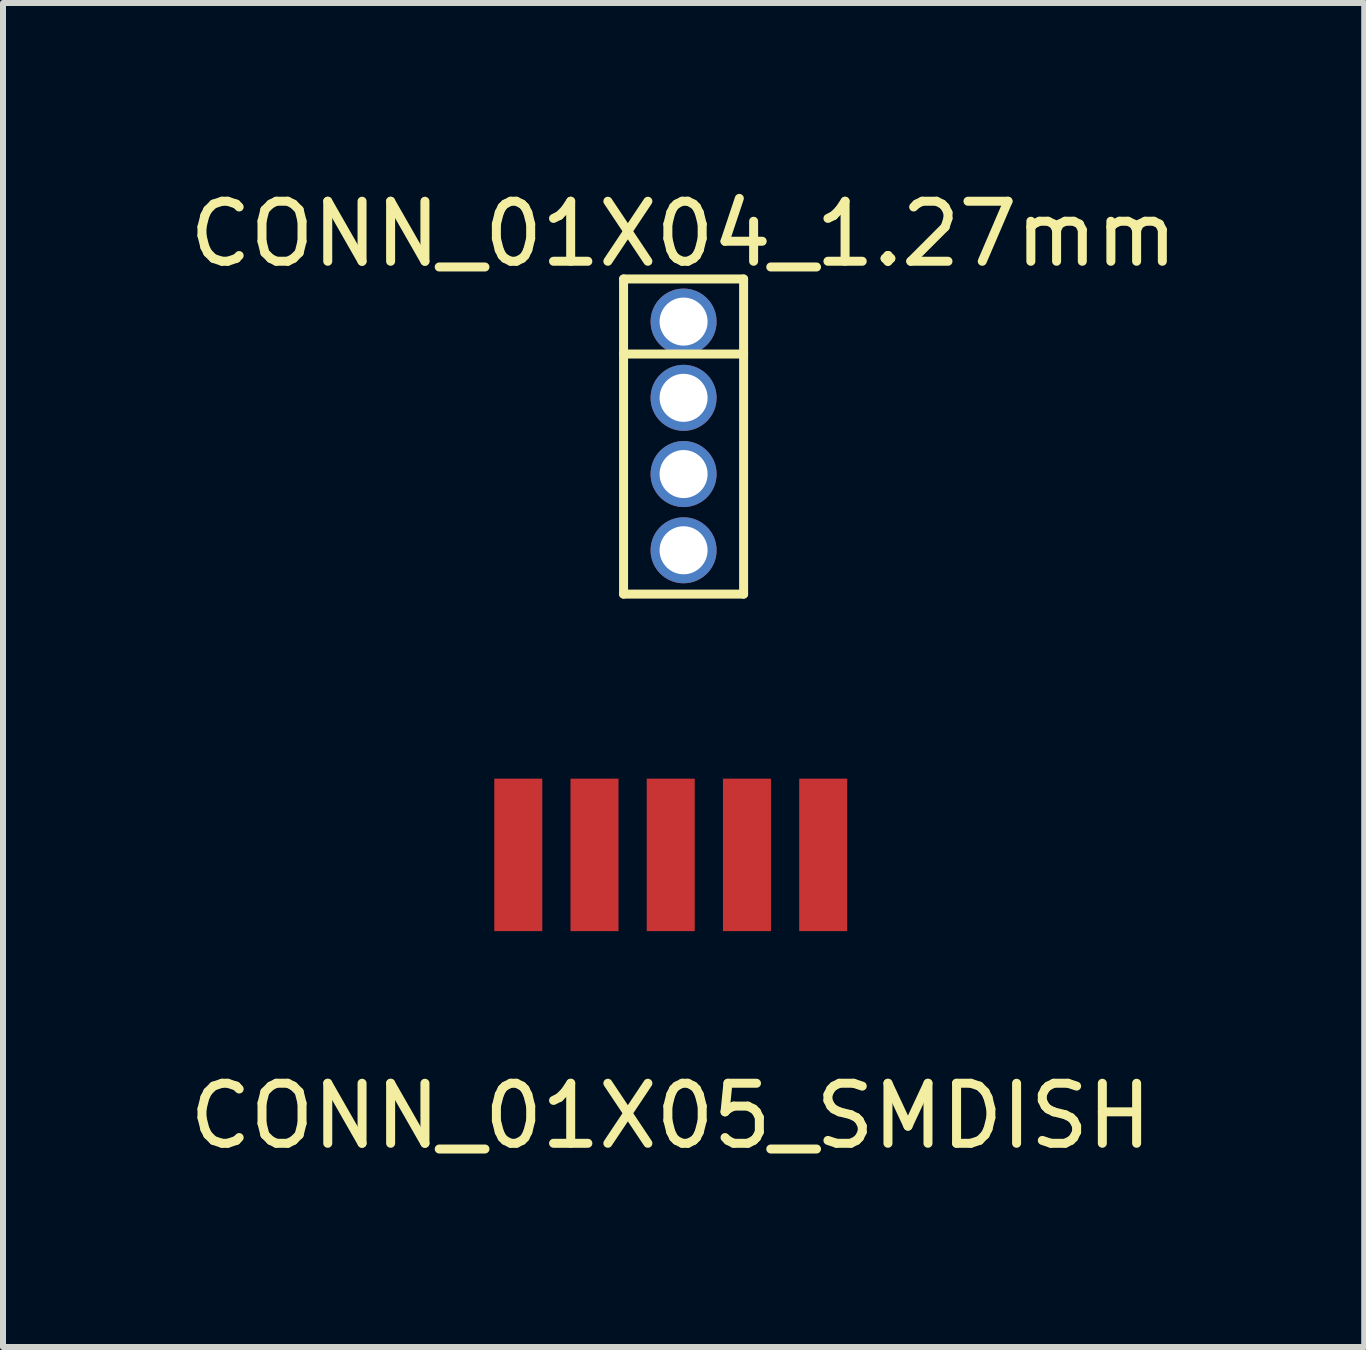
<source format=kicad_pcb>
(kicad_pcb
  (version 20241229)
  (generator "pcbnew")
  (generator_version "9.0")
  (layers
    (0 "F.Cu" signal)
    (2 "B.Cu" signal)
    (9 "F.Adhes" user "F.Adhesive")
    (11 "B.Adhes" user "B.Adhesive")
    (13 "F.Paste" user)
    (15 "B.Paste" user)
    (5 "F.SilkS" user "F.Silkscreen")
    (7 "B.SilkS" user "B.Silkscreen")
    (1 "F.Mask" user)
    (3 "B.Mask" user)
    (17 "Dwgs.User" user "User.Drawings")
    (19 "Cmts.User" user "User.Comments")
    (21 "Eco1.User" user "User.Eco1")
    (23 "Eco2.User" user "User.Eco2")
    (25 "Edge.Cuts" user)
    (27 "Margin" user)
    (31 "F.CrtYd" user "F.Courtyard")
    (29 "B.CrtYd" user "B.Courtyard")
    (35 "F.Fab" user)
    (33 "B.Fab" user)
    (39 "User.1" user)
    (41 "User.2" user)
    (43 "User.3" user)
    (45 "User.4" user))
  (footprint "CONN_01X04_1.27mm"
    (layer "F.Cu")
    (at 8.339 4.848)
    (property "Reference" "CONN_01X04_1.27mm" (at 0 -4 0) (layer "F.SilkS") (effects (font (size 1 1) (thickness 0.15))))
    (attr through_hole)
    (fp_line (start -1 -3.25) (end 1 -3.25) (stroke (width 0.15) (type solid)) (layer "F.SilkS"))
    (fp_line (start -1 -2) (end 1 -2) (stroke (width 0.15) (type solid)) (layer "F.SilkS"))
    (fp_line (start -1 2) (end -1 -3.25) (stroke (width 0.15) (type solid)) (layer "F.SilkS"))
    (fp_line (start 1 -3.25) (end 1 2) (stroke (width 0.15) (type solid)) (layer "F.SilkS"))
    (fp_line (start 1 2) (end -1 2) (stroke (width 0.15) (type solid)) (layer "F.SilkS"))
    (pad "1" thru_hole circle (at 0 -2.54) (size 1.1 1.1) (drill 0.8) (layers "*.Cu" "*.Mask"))
    (pad "2" thru_hole circle (at 0 -1.27) (size 1.1 1.1) (drill 0.8) (layers "*.Cu" "*.Mask"))
    (pad "3" thru_hole circle (at 0 0) (size 1.1 1.1) (drill 0.8) (layers "*.Cu" "*.Mask"))
    (pad "4" thru_hole circle (at 0 1.27) (size 1.1 1.1) (drill 0.8) (layers "*.Cu" "*.Mask")))
  (footprint "CONN_01X05_SMDISH"
    (layer "F.Cu")
    (at 8.125 11.193)
    (property "Reference" "CONN_01X05_SMDISH" (at 0 4.35 0) (layer "F.SilkS") (effects (font (size 1 1) (thickness 0.15))))
    (attr through_hole)
    (pad "1" smd rect (at -2.54 0) (size 0.8 2.54) (layers "F.Cu" "F.Mask" "F.Paste"))
    (pad "2" smd rect (at -1.27 0) (size 0.8 2.54) (layers "F.Cu" "F.Mask" "F.Paste"))
    (pad "3" smd rect (at 0 0) (size 0.8 2.54) (layers "F.Cu" "F.Mask" "F.Paste"))
    (pad "4" smd rect (at 1.27 0) (size 0.8 2.54) (layers "F.Cu" "F.Mask" "F.Paste"))
    (pad "5" smd rect (at 2.54 0) (size 0.8 2.54) (layers "F.Cu" "F.Mask" "F.Paste")))
  (gr_rect
    (start -3 -3)
    (end 19.679 19.392)
    (stroke (width 0.1) (type default))
    (fill no)
    (layer "Edge.Cuts")))
</source>
